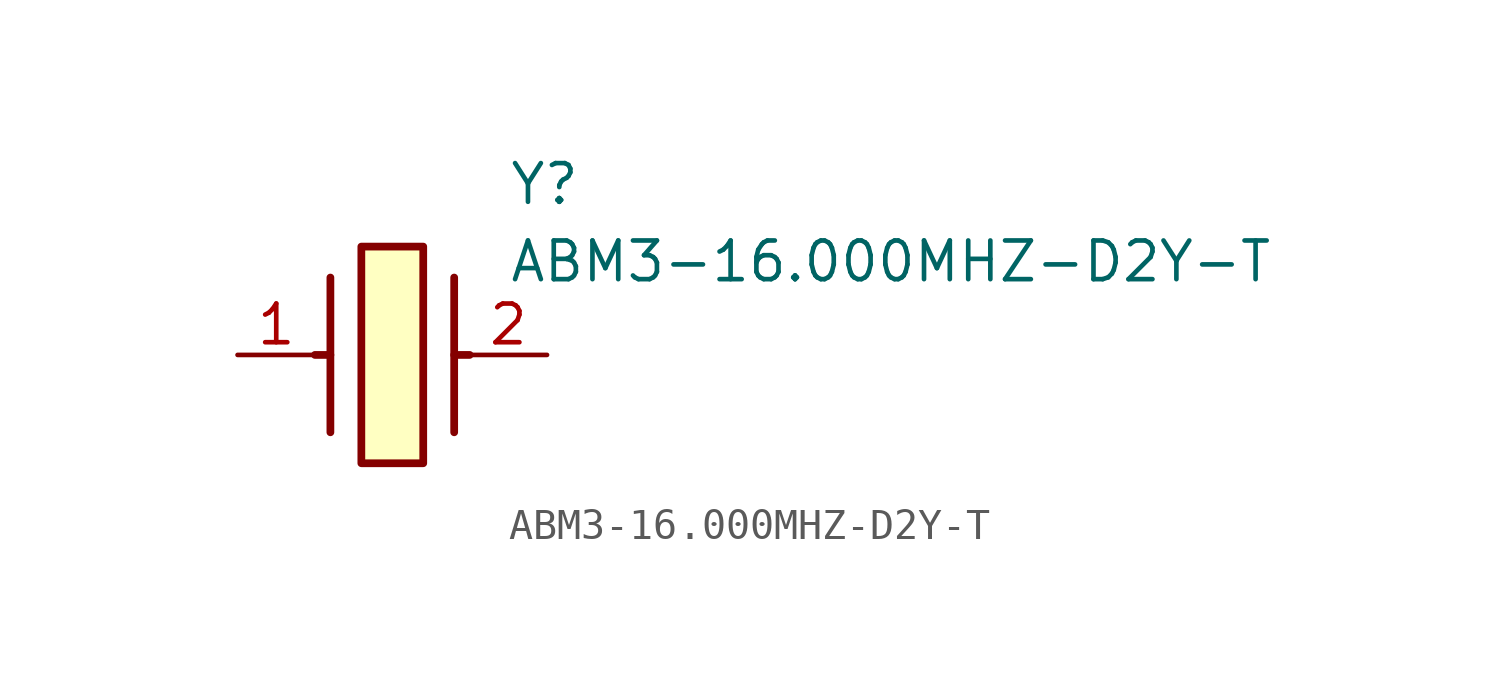
<source format=kicad_sym>
(kicad_symbol_lib
  (version 20211014)
  (generator SamacSys_ECAD_Model)
  (symbol "ABM3-16.000MHZ-D2Y-T"
    (pin_names hide)
    (property "Reference" "Y"
      (at 8.89 6.35 0)
      (effects (font (size 1.27 1.27)) (justify left top)))
    (property "Value" "ABM3-16.000MHZ-D2Y-T"
      (at 8.89 3.81 0)
      (effects (font (size 1.27 1.27)) (justify left top)))
    (rectangle
      (start 4.064 3.556)
      (end 6.096 -3.556)
      (stroke (width 0.254) (type default))
      (fill (type background)))
    (polyline
      (pts (xy 3.048 2.54) (xy 3.048 -2.54))
      (stroke (width 0.254) (type default))
      (fill (type none)))
    (polyline
      (pts (xy 7.112 2.54) (xy 7.112 -2.54))
      (stroke (width 0.254) (type default))
      (fill (type none)))
    (polyline
      (pts (xy 7.112 0) (xy 7.62 0))
      (stroke (width 0.254) (type default))
      (fill (type none)))
    (polyline
      (pts (xy 3.048 0) (xy 2.54 0))
      (stroke (width 0.254) (type default))
      (fill (type none)))
    (pin passive line
      (at 0 0 0)
      (length 2.54)
      (name "1" (effects (font (size 1.27 1.27))))
      (number "1" (effects (font (size 1.27 1.27)))))
    (pin passive line
      (at 10.16 0 180)
      (length 2.54)
      (name "2" (effects (font (size 1.27 1.27))))
      (number "2" (effects (font (size 1.27 1.27)))))))
</source>
